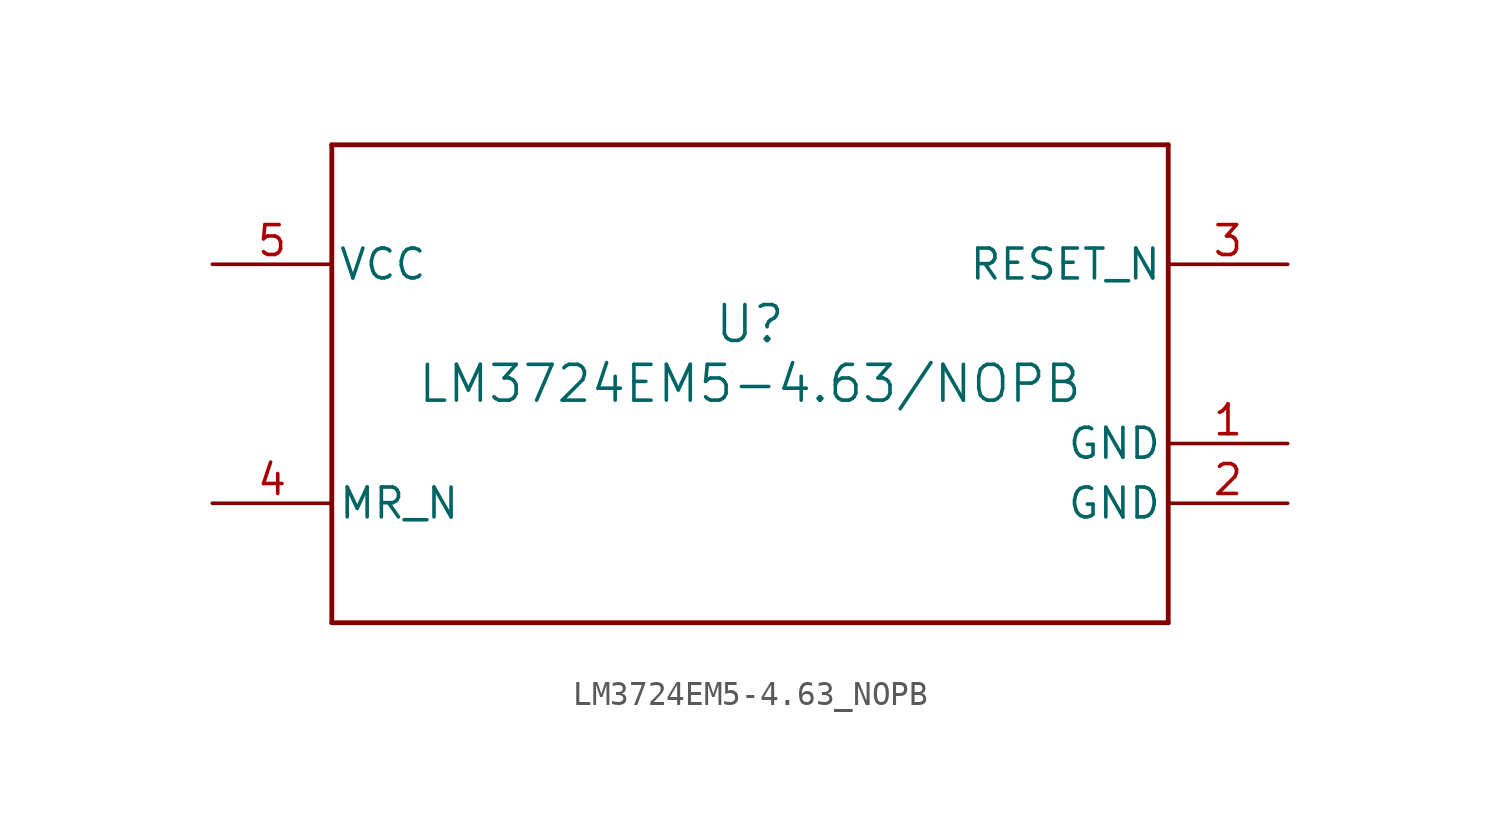
<source format=kicad_sym>
(kicad_symbol_lib
  (version 20211014)
  (generator kicad_symbol_editor)
  (symbol "LM3724EM5-4.63_NOPB"
    (pin_names
      (offset 0.254))
    (property "Reference" "U"
      (at 0 2.54 0)
      (effects (font (size 1.524 1.524))))
    (property "Value" "LM3724EM5-4.63/NOPB"
      (at 0 0 0)
      (effects (font (size 1.524 1.524))))
    (symbol "LM3724EM5-4.63_NOPB_0_1"
      (polyline (pts (xy -17.78 -10.16) (xy 17.78 -10.16)) (stroke (width 0.203) (type default) (color 0 0 0 0)) (fill (type none)))
      (polyline (pts (xy 17.78 -10.16) (xy 17.78 10.16)) (stroke (width 0.203) (type default) (color 0 0 0 0)) (fill (type none)))
      (polyline (pts (xy 17.78 10.16) (xy -17.78 10.16)) (stroke (width 0.203) (type default) (color 0 0 0 0)) (fill (type none)))
      (polyline (pts (xy -17.78 10.16) (xy -17.78 -10.16)) (stroke (width 0.203) (type default) (color 0 0 0 0)) (fill (type none)))
      (pin power_in line (at 22.86 -2.54 180) (length 5.08) (name "GND" (effects (font (size 1.27 1.27)))) (number "1" (effects (font (size 1.27 1.27)))))
      (pin power_in line (at 22.86 -5.08 180) (length 5.08) (name "GND" (effects (font (size 1.27 1.27)))) (number "2" (effects (font (size 1.27 1.27)))))
      (pin output line (at 22.86 5.08 180) (length 5.08) (name "RESET_N" (effects (font (size 1.27 1.27)))) (number "3" (effects (font (size 1.27 1.27)))))
      (pin input line (at -22.86 -5.08 0) (length 5.08) (name "MR_N" (effects (font (size 1.27 1.27)))) (number "4" (effects (font (size 1.27 1.27)))))
      (pin power_in line (at -22.86 5.08 0) (length 5.08) (name "VCC" (effects (font (size 1.27 1.27)))) (number "5" (effects (font (size 1.27 1.27))))))))
</source>
